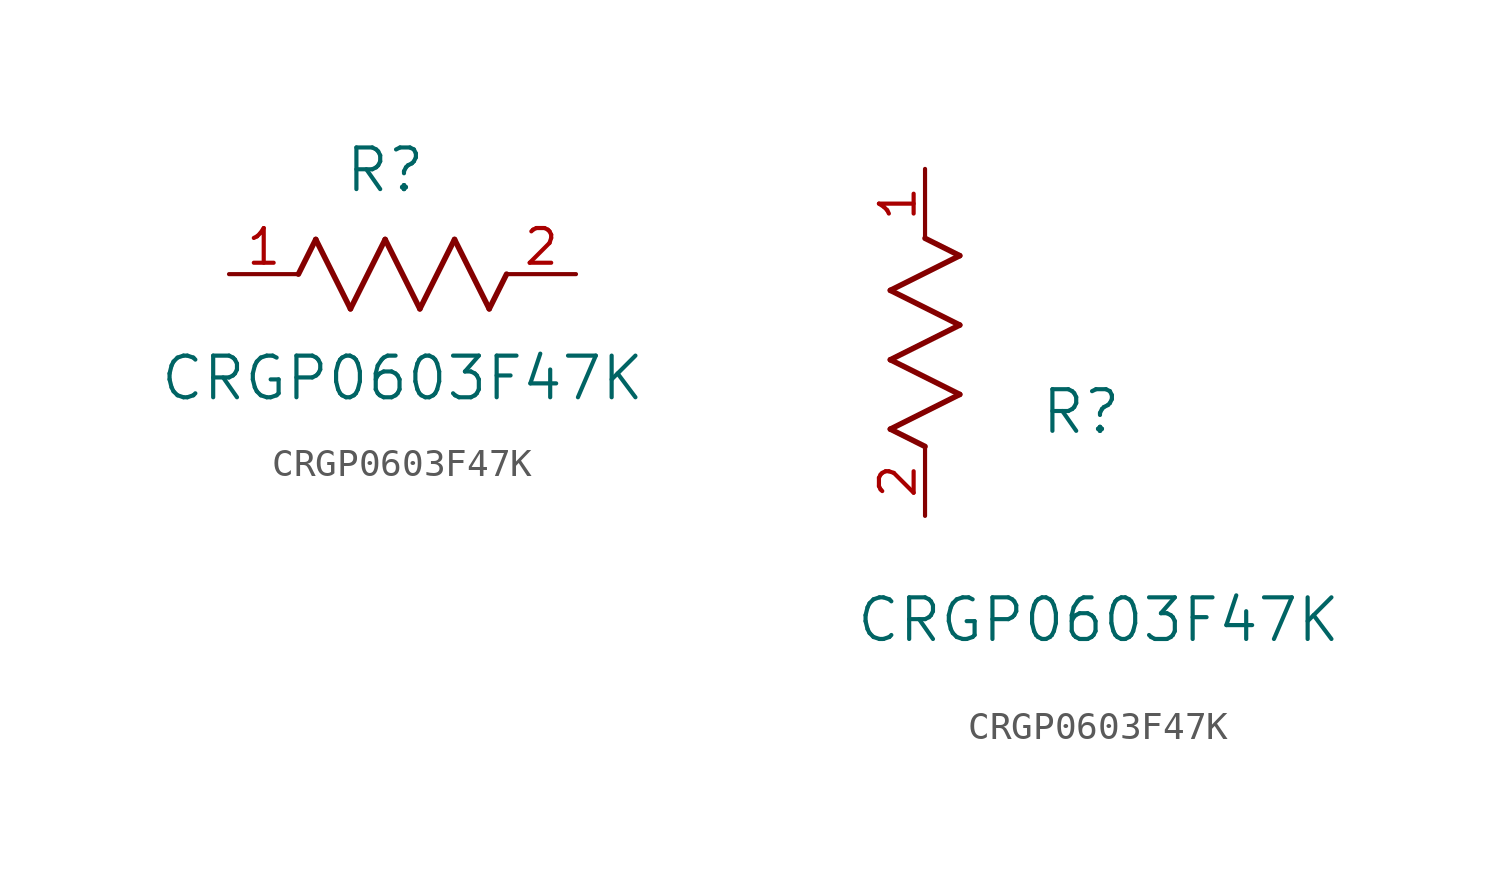
<source format=kicad_sym>
(kicad_symbol_lib
  (version 20211014)
  (generator kicad_symbol_editor)
  (symbol "CRGP0603F47K"
    (pin_names
      (offset 0.254))
    (property "Reference" "R"
      (at 5.715 3.81 0)
      (effects (font (size 1.524 1.524))))
    (property "Value" "CRGP0603F47K"
      (at 6.35 -3.81 0)
      (effects (font (size 1.524 1.524))))
    (symbol "CRGP0603F47K_1_1"
      (polyline (pts (xy 3.175 1.27) (xy 4.445 -1.27)) (stroke (width 0.203) (type default) (color 0 0 0 0)) (fill (type none)))
      (polyline (pts (xy 4.445 -1.27) (xy 5.715 1.27)) (stroke (width 0.203) (type default) (color 0 0 0 0)) (fill (type none)))
      (polyline (pts (xy 5.715 1.27) (xy 6.985 -1.27)) (stroke (width 0.203) (type default) (color 0 0 0 0)) (fill (type none)))
      (polyline (pts (xy 6.985 -1.27) (xy 8.255 1.27)) (stroke (width 0.203) (type default) (color 0 0 0 0)) (fill (type none)))
      (polyline (pts (xy 8.255 1.27) (xy 9.525 -1.27)) (stroke (width 0.203) (type default) (color 0 0 0 0)) (fill (type none)))
      (polyline (pts (xy 2.54 0) (xy 3.175 1.27)) (stroke (width 0.203) (type default) (color 0 0 0 0)) (fill (type none)))
      (polyline (pts (xy 9.525 -1.27) (xy 10.16 0)) (stroke (width 0.203) (type default) (color 0 0 0 0)) (fill (type none)))
      (pin unspecified line (at 0 0 0) (length 2.54) (name "" (effects (font (size 1.27 1.27)))) (number "1" (effects (font (size 1.27 1.27)))))
      (pin unspecified line (at 12.7 0 180) (length 2.54) (name "" (effects (font (size 1.27 1.27)))) (number "2" (effects (font (size 1.27 1.27))))))
    (symbol "CRGP0603F47K_1_2"
      (polyline (pts (xy 0 2.54) (xy -1.27 3.175)) (stroke (width 0.203) (type default) (color 0 0 0 0)) (fill (type none)))
      (polyline (pts (xy -1.27 3.175) (xy 1.27 4.445)) (stroke (width 0.203) (type default) (color 0 0 0 0)) (fill (type none)))
      (polyline (pts (xy 1.27 4.445) (xy -1.27 5.715)) (stroke (width 0.203) (type default) (color 0 0 0 0)) (fill (type none)))
      (polyline (pts (xy -1.27 5.715) (xy 1.27 6.985)) (stroke (width 0.203) (type default) (color 0 0 0 0)) (fill (type none)))
      (polyline (pts (xy -1.27 8.255) (xy 1.27 9.525)) (stroke (width 0.203) (type default) (color 0 0 0 0)) (fill (type none)))
      (polyline (pts (xy 1.27 9.525) (xy 0 10.16)) (stroke (width 0.203) (type default) (color 0 0 0 0)) (fill (type none)))
      (polyline (pts (xy 1.27 6.985) (xy -1.27 8.255)) (stroke (width 0.203) (type default) (color 0 0 0 0)) (fill (type none)))
      (pin unspecified line (at 0 12.7 270) (length 2.54) (name "" (effects (font (size 1.27 1.27)))) (number "1" (effects (font (size 1.27 1.27)))))
      (pin unspecified line (at 0 0 90) (length 2.54) (name "" (effects (font (size 1.27 1.27)))) (number "2" (effects (font (size 1.27 1.27))))))))
</source>
